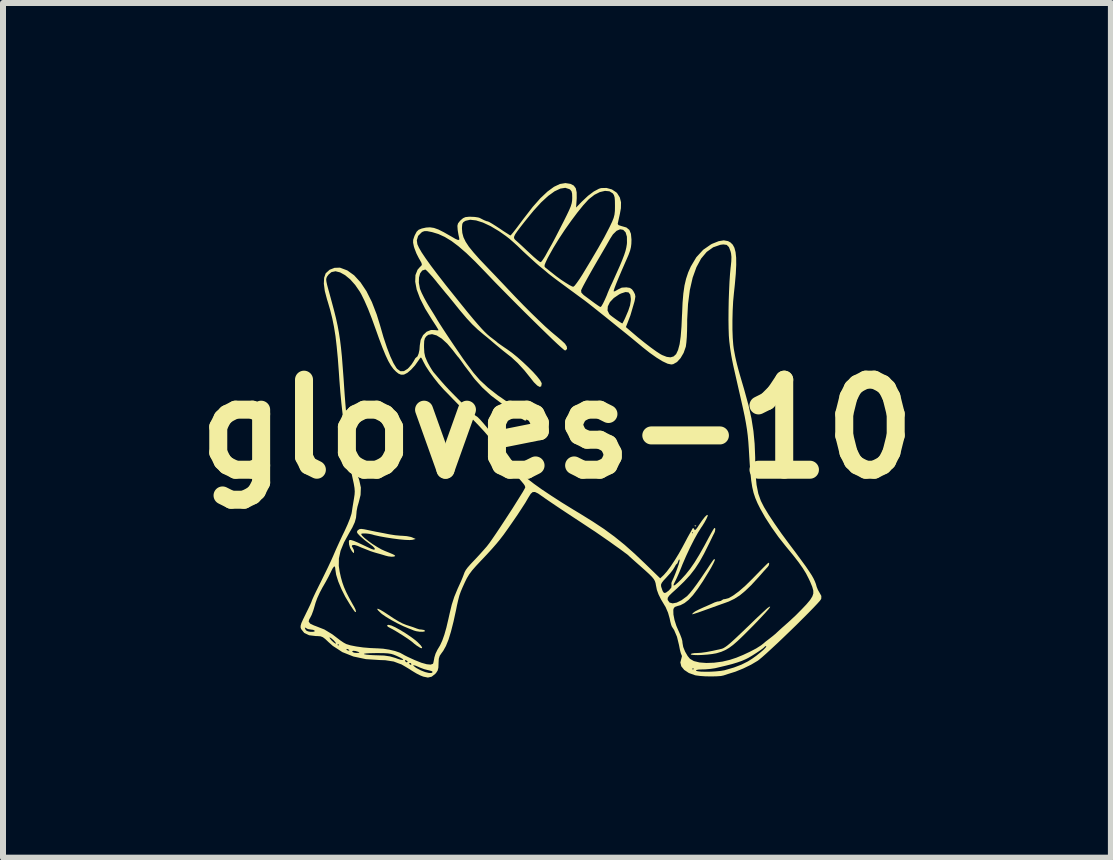
<source format=kicad_pcb>
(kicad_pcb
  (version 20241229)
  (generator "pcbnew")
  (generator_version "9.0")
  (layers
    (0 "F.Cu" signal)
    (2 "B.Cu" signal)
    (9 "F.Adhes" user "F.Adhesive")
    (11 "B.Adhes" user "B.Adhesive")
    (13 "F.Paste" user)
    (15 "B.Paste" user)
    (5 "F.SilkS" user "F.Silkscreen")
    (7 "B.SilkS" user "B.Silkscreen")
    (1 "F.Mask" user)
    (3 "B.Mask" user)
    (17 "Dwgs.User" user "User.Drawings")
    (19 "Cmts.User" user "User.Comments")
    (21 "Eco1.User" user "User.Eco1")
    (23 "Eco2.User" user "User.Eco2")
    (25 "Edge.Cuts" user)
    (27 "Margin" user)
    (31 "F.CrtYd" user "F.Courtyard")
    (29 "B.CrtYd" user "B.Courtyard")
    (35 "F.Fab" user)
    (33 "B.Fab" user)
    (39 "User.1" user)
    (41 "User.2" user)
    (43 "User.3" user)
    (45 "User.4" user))
  (footprint "gloves-10"
    (layer "F.Cu")
    (at 6.229 4.097)
    (property "Reference" "gloves-10" (at 0 0 0) (layer "F.SilkS") (effects (font (size 1.5 1.5) (thickness 0.3))))
    (attr board_only exclude_from_pos_files exclude_from_bom)
    (fp_poly (pts (xy 2.319 1.609) (xy 2.316 1.62) (xy 2.306 1.622) (xy 2.289 1.615) (xy 2.293 1.609) (xy 2.316 1.606)) (stroke (width 0) (type solid)) (fill yes) (layer "F.SilkS"))
    (fp_poly (pts (xy -2.759 3.274) (xy -2.693 3.304) (xy -2.611 3.349) (xy -2.523 3.403) (xy -2.437 3.461) (xy -2.359 3.519) (xy -2.323 3.55) (xy -2.271 3.603) (xy -2.247 3.638) (xy -2.25 3.653) (xy -2.279 3.645) (xy -2.334 3.61) (xy -2.335 3.61) (xy -2.376 3.579) (xy -2.401 3.557) (xy -2.403 3.555) (xy -2.428 3.535) (xy -2.477 3.5) (xy -2.541 3.457) (xy -2.612 3.412) (xy -2.68 3.37) (xy -2.737 3.337) (xy -2.77 3.32) (xy -2.816 3.295) (xy -2.832 3.275) (xy -2.816 3.264) (xy -2.803 3.263)) (stroke (width 0) (type solid)) (fill yes) (layer "F.SilkS"))
    (fp_poly (pts (xy -2.944 3.012) (xy -2.88 3.05) (xy -2.825 3.086) (xy -2.721 3.155) (xy -2.64 3.204) (xy -2.573 3.239) (xy -2.512 3.264) (xy -2.462 3.28) (xy -2.401 3.3) (xy -2.352 3.318) (xy -2.34 3.323) (xy -2.293 3.338) (xy -2.258 3.341) (xy -2.217 3.348) (xy -2.198 3.361) (xy -2.206 3.373) (xy -2.24 3.378) (xy -2.289 3.377) (xy -2.342 3.369) (xy -2.384 3.357) (xy -2.437 3.335) (xy -2.472 3.322) (xy -2.56 3.285) (xy -2.659 3.237) (xy -2.759 3.183) (xy -2.847 3.13) (xy -2.915 3.083) (xy -2.933 3.068) (xy -2.98 3.022) (xy -2.996 2.998) (xy -2.984 2.994)) (stroke (width 0) (type solid)) (fill yes) (layer "F.SilkS"))
    (fp_poly (pts (xy 3.551 2.965) (xy 3.526 3) (xy 3.473 3.06) (xy 3.393 3.146) (xy 3.286 3.258) (xy 3.221 3.324) (xy 3.106 3.439) (xy 3.012 3.529) (xy 2.934 3.597) (xy 2.866 3.647) (xy 2.802 3.684) (xy 2.737 3.712) (xy 2.667 3.733) (xy 2.647 3.738) (xy 2.584 3.749) (xy 2.507 3.758) (xy 2.425 3.764) (xy 2.347 3.767) (xy 2.282 3.765) (xy 2.239 3.76) (xy 2.227 3.753) (xy 2.245 3.74) (xy 2.293 3.733) (xy 2.33 3.732) (xy 2.4 3.728) (xy 2.487 3.716) (xy 2.597 3.695) (xy 2.738 3.663) (xy 2.75 3.66) (xy 2.776 3.649) (xy 2.811 3.627) (xy 2.858 3.591) (xy 2.92 3.537) (xy 3 3.463) (xy 3.101 3.367) (xy 3.226 3.247) (xy 3.309 3.166) (xy 3.386 3.094) (xy 3.45 3.034) (xy 3.496 2.992) (xy 3.517 2.975) (xy 3.548 2.957)) (stroke (width 0) (type solid)) (fill yes) (layer "F.SilkS"))
    (fp_poly (pts (xy 3.536 2.241) (xy 3.529 2.271) (xy 3.512 2.296) (xy 3.489 2.321) (xy 3.447 2.367) (xy 3.393 2.429) (xy 3.351 2.476) (xy 3.236 2.601) (xy 3.135 2.698) (xy 3.044 2.773) (xy 2.954 2.83) (xy 2.86 2.875) (xy 2.794 2.899) (xy 2.734 2.92) (xy 2.653 2.949) (xy 2.565 2.981) (xy 2.54 2.99) (xy 2.437 3.027) (xy 2.35 3.058) (xy 2.287 3.078) (xy 2.253 3.087) (xy 2.251 3.087) (xy 2.257 3.076) (xy 2.27 3.062) (xy 2.301 3.039) (xy 2.357 3.01) (xy 2.442 2.971) (xy 2.516 2.939) (xy 2.572 2.914) (xy 2.617 2.893) (xy 2.623 2.89) (xy 2.672 2.874) (xy 2.695 2.872) (xy 2.732 2.863) (xy 2.745 2.853) (xy 2.772 2.837) (xy 2.802 2.833) (xy 2.859 2.818) (xy 2.936 2.774) (xy 3.031 2.704) (xy 3.139 2.61) (xy 3.257 2.494) (xy 3.295 2.455) (xy 3.369 2.379) (xy 3.434 2.313) (xy 3.484 2.263) (xy 3.516 2.233) (xy 3.524 2.227)) (stroke (width 0) (type solid)) (fill yes) (layer "F.SilkS"))
    (fp_poly (pts (xy -3.215 1.67) (xy -3.171 1.679) (xy -3.09 1.696) (xy -3.008 1.713) (xy -2.97 1.72) (xy -2.896 1.734) (xy -2.811 1.751) (xy -2.778 1.757) (xy -2.694 1.77) (xy -2.604 1.778) (xy -2.573 1.779) (xy -2.501 1.785) (xy -2.435 1.798) (xy -2.413 1.806) (xy -2.354 1.832) (xy -2.411 1.847) (xy -2.457 1.85) (xy -2.532 1.847) (xy -2.629 1.838) (xy -2.736 1.824) (xy -2.847 1.807) (xy -2.952 1.788) (xy -3.042 1.768) (xy -3.079 1.757) (xy -3.131 1.746) (xy -3.187 1.74) (xy -3.235 1.74) (xy -3.261 1.746) (xy -3.263 1.75) (xy -3.247 1.776) (xy -3.205 1.817) (xy -3.144 1.865) (xy -3.072 1.917) (xy -2.996 1.965) (xy -2.924 2.006) (xy -2.869 2.031) (xy -2.787 2.064) (xy -2.735 2.086) (xy -2.707 2.101) (xy -2.697 2.112) (xy -2.696 2.115) (xy -2.713 2.125) (xy -2.755 2.128) (xy -2.809 2.122) (xy -2.853 2.111) (xy -2.902 2.096) (xy -2.967 2.077) (xy -2.989 2.071) (xy -3.055 2.052) (xy -3.112 2.033) (xy -3.126 2.027) (xy -3.179 2.006) (xy -3.214 1.992) (xy -3.258 1.975) (xy -3.315 1.95) (xy -3.322 1.947) (xy -3.372 1.932) (xy -3.408 1.934) (xy -3.419 1.952) (xy -3.404 1.977) (xy -3.384 2.016) (xy -3.381 2.041) (xy -3.383 2.066) (xy -3.394 2.062) (xy -3.418 2.033) (xy -3.447 1.981) (xy -3.464 1.922) (xy -3.467 1.872) (xy -3.458 1.849) (xy -3.434 1.849) (xy -3.384 1.864) (xy -3.317 1.892) (xy -3.289 1.905) (xy -3.213 1.941) (xy -3.147 1.972) (xy -3.1 1.994) (xy -3.092 1.998) (xy -3.054 2.01) (xy -3.036 2.007) (xy -3.037 1.987) (xy -3.068 1.954) (xy -3.132 1.905) (xy -3.146 1.895) (xy -3.205 1.85) (xy -3.266 1.797) (xy -3.281 1.783) (xy -3.32 1.742) (xy -3.333 1.717) (xy -3.326 1.696) (xy -3.316 1.686) (xy -3.293 1.669) (xy -3.264 1.664)) (stroke (width 0) (type solid)) (fill yes) (layer "F.SilkS"))
    (fp_poly (pts (xy 0.224 -4.084) (xy 0.279 -4.056) (xy 0.313 -4.011) (xy 0.328 -3.943) (xy 0.329 -3.846) (xy 0.328 -3.829) (xy 0.318 -3.689) (xy 0.414 -3.788) (xy 0.516 -3.884) (xy 0.613 -3.957) (xy 0.7 -4.003) (xy 0.736 -4.014) (xy 0.825 -4.016) (xy 0.915 -3.991) (xy 0.989 -3.942) (xy 1.004 -3.926) (xy 1.047 -3.857) (xy 1.067 -3.777) (xy 1.065 -3.678) (xy 1.048 -3.584) (xy 1.032 -3.512) (xy 1.019 -3.452) (xy 1.012 -3.419) (xy 1.011 -3.417) (xy 1.025 -3.397) (xy 1.07 -3.382) (xy 1.081 -3.379) (xy 1.157 -3.357) (xy 1.206 -3.316) (xy 1.232 -3.252) (xy 1.241 -3.157) (xy 1.241 -3.15) (xy 1.239 -3.085) (xy 1.232 -3.029) (xy 1.218 -2.972) (xy 1.193 -2.903) (xy 1.154 -2.813) (xy 1.141 -2.784) (xy 1.079 -2.642) (xy 1.027 -2.519) (xy 0.986 -2.42) (xy 0.958 -2.346) (xy 0.945 -2.303) (xy 0.945 -2.292) (xy 0.966 -2.295) (xy 1.004 -2.317) (xy 1.015 -2.324) (xy 1.079 -2.355) (xy 1.156 -2.36) (xy 1.214 -2.351) (xy 1.25 -2.327) (xy 1.277 -2.289) (xy 1.299 -2.245) (xy 1.306 -2.207) (xy 1.298 -2.156) (xy 1.291 -2.123) (xy 1.223 -1.892) (xy 1.181 -1.782) (xy 1.148 -1.698) (xy 1.232 -1.626) (xy 1.346 -1.529) (xy 1.459 -1.438) (xy 1.563 -1.358) (xy 1.653 -1.293) (xy 1.724 -1.247) (xy 1.754 -1.231) (xy 1.828 -1.202) (xy 1.891 -1.194) (xy 1.943 -1.209) (xy 1.985 -1.248) (xy 2.017 -1.316) (xy 2.043 -1.413) (xy 2.061 -1.542) (xy 2.074 -1.705) (xy 2.083 -1.905) (xy 2.084 -1.915) (xy 2.092 -2.102) (xy 2.105 -2.257) (xy 2.124 -2.389) (xy 2.151 -2.504) (xy 2.186 -2.609) (xy 2.229 -2.706) (xy 2.321 -2.861) (xy 2.435 -2.985) (xy 2.566 -3.076) (xy 2.588 -3.087) (xy 2.694 -3.129) (xy 2.779 -3.143) (xy 2.85 -3.13) (xy 2.89 -3.108) (xy 2.928 -3.071) (xy 2.956 -3.019) (xy 2.975 -2.947) (xy 2.985 -2.854) (xy 2.986 -2.735) (xy 2.979 -2.587) (xy 2.963 -2.406) (xy 2.948 -2.266) (xy 2.935 -2.127) (xy 2.927 -1.973) (xy 2.923 -1.814) (xy 2.923 -1.659) (xy 2.928 -1.518) (xy 2.937 -1.4) (xy 2.945 -1.338) (xy 2.958 -1.267) (xy 2.97 -1.204) (xy 2.983 -1.145) (xy 2.998 -1.082) (xy 3.017 -1.009) (xy 3.042 -0.919) (xy 3.075 -0.806) (xy 3.117 -0.663) (xy 3.125 -0.635) (xy 3.191 -0.393) (xy 3.24 -0.174) (xy 3.273 0.036) (xy 3.293 0.247) (xy 3.302 0.473) (xy 3.302 0.546) (xy 3.308 0.755) (xy 3.325 0.931) (xy 3.354 1.077) (xy 3.397 1.198) (xy 3.399 1.202) (xy 3.45 1.302) (xy 3.526 1.427) (xy 3.624 1.575) (xy 3.741 1.743) (xy 3.868 1.915) (xy 3.981 2.065) (xy 4.072 2.189) (xy 4.145 2.289) (xy 4.201 2.371) (xy 4.244 2.437) (xy 4.275 2.492) (xy 4.297 2.54) (xy 4.314 2.584) (xy 4.326 2.628) (xy 4.348 2.682) (xy 4.378 2.734) (xy 4.404 2.781) (xy 4.403 2.824) (xy 4.399 2.835) (xy 4.38 2.862) (xy 4.336 2.911) (xy 4.272 2.979) (xy 4.191 3.062) (xy 4.097 3.156) (xy 3.995 3.258) (xy 3.887 3.363) (xy 3.779 3.467) (xy 3.674 3.567) (xy 3.576 3.658) (xy 3.489 3.738) (xy 3.418 3.801) (xy 3.365 3.845) (xy 3.347 3.859) (xy 3.234 3.926) (xy 3.103 3.99) (xy 2.972 4.043) (xy 2.911 4.062) (xy 2.847 4.082) (xy 2.792 4.1) (xy 2.778 4.105) (xy 2.731 4.115) (xy 2.657 4.12) (xy 2.566 4.122) (xy 2.471 4.12) (xy 2.383 4.114) (xy 2.314 4.105) (xy 2.3 4.102) (xy 2.197 4.065) (xy 2.137 4.025) (xy 2.315 4.025) (xy 2.341 4.035) (xy 2.396 4.042) (xy 2.471 4.044) (xy 2.558 4.043) (xy 2.646 4.038) (xy 2.728 4.03) (xy 2.792 4.019) (xy 2.798 4.017) (xy 2.949 3.973) (xy 3.072 3.926) (xy 3.178 3.873) (xy 3.191 3.865) (xy 3.254 3.825) (xy 3.321 3.777) (xy 3.384 3.726) (xy 3.438 3.68) (xy 3.475 3.642) (xy 3.488 3.62) (xy 3.487 3.618) (xy 3.468 3.619) (xy 3.462 3.626) (xy 3.437 3.65) (xy 3.388 3.686) (xy 3.324 3.729) (xy 3.255 3.773) (xy 3.191 3.811) (xy 3.146 3.834) (xy 3.079 3.863) (xy 3.005 3.889) (xy 2.917 3.916) (xy 2.807 3.944) (xy 2.668 3.977) (xy 2.634 3.985) (xy 2.561 3.996) (xy 2.473 4.004) (xy 2.423 4.005) (xy 2.355 4.008) (xy 2.319 4.016) (xy 2.315 4.025) (xy 2.137 4.025) (xy 2.12 4.014) (xy 2.102 3.992) (xy 2.253 3.992) (xy 2.256 4.004) (xy 2.266 4.005) (xy 2.283 3.998) (xy 2.279 3.992) (xy 2.256 3.99) (xy 2.253 3.992) (xy 2.102 3.992) (xy 2.071 3.954) (xy 2.055 3.889) (xy 2.071 3.829) (xy 2.082 3.783) (xy 2.075 3.765) (xy 2.063 3.735) (xy 2.048 3.678) (xy 2.034 3.606) (xy 2.032 3.596) (xy 1.999 3.461) (xy 1.951 3.348) (xy 1.914 3.292) (xy 1.903 3.264) (xy 1.888 3.209) (xy 1.877 3.155) (xy 1.85 3.06) (xy 1.809 2.965) (xy 1.794 2.941) (xy 1.732 2.837) (xy 1.691 2.754) (xy 1.664 2.679) (xy 1.65 2.61) (xy 1.647 2.594) (xy 1.733 2.594) (xy 1.735 2.624) (xy 1.739 2.637) (xy 1.761 2.701) (xy 1.783 2.731) (xy 1.814 2.727) (xy 1.859 2.694) (xy 1.866 2.688) (xy 1.904 2.643) (xy 1.908 2.609) (xy 1.906 2.566) (xy 1.913 2.544) (xy 1.943 2.479) (xy 1.974 2.403) (xy 2.003 2.326) (xy 2.027 2.256) (xy 2.041 2.203) (xy 2.044 2.175) (xy 2.044 2.174) (xy 2.03 2.179) (xy 2.019 2.204) (xy 2.006 2.238) (xy 1.995 2.247) (xy 1.98 2.263) (xy 1.959 2.301) (xy 1.958 2.302) (xy 1.933 2.343) (xy 1.889 2.4) (xy 1.834 2.461) (xy 1.828 2.468) (xy 1.775 2.525) (xy 1.745 2.564) (xy 1.733 2.594) (xy 1.647 2.594) (xy 1.643 2.57) (xy 1.632 2.535) (xy 1.613 2.501) (xy 1.582 2.463) (xy 1.535 2.416) (xy 1.466 2.353) (xy 1.373 2.27) (xy 1.368 2.266) (xy 1.301 2.207) (xy 1.245 2.157) (xy 1.206 2.122) (xy 1.192 2.108) (xy 1.171 2.09) (xy 1.123 2.055) (xy 1.056 2.005) (xy 0.974 1.947) (xy 0.885 1.883) (xy 0.793 1.819) (xy 0.705 1.758) (xy 0.628 1.705) (xy 0.586 1.678) (xy 0.411 1.562) (xy 0.265 1.466) (xy 0.145 1.387) (xy 0.047 1.322) (xy -0.032 1.269) (xy -0.097 1.225) (xy -0.15 1.189) (xy -0.195 1.158) (xy -0.235 1.129) (xy -0.242 1.125) (xy -0.315 1.074) (xy -0.367 1.049) (xy -0.405 1.051) (xy -0.437 1.079) (xy -0.473 1.136) (xy -0.483 1.153) (xy -0.526 1.227) (xy -0.588 1.323) (xy -0.66 1.433) (xy -0.739 1.548) (xy -0.817 1.66) (xy -0.889 1.761) (xy -0.95 1.84) (xy -0.952 1.843) (xy -1.008 1.911) (xy -1.083 1.997) (xy -1.167 2.089) (xy -1.251 2.178) (xy -1.261 2.188) (xy -1.348 2.281) (xy -1.413 2.355) (xy -1.462 2.421) (xy -1.502 2.487) (xy -1.533 2.55) (xy -1.573 2.638) (xy -1.603 2.709) (xy -1.626 2.774) (xy -1.645 2.847) (xy -1.666 2.938) (xy -1.68 3.009) (xy -1.724 3.21) (xy -1.766 3.375) (xy -1.807 3.509) (xy -1.85 3.615) (xy -1.895 3.696) (xy -1.924 3.735) (xy -1.954 3.779) (xy -1.969 3.828) (xy -1.973 3.899) (xy -1.973 3.907) (xy -1.976 3.977) (xy -1.988 4.024) (xy -2.014 4.064) (xy -2.03 4.081) (xy -2.087 4.126) (xy -2.15 4.141) (xy -2.228 4.125) (xy -2.278 4.105) (xy -2.341 4.073) (xy -2.414 4.029) (xy -2.46 3.999) (xy -2.552 3.944) (xy -2.392 3.944) (xy -2.359 3.97) (xy -2.34 3.983) (xy -2.268 4.021) (xy -2.197 4.049) (xy -2.135 4.064) (xy -2.091 4.065) (xy -2.071 4.05) (xy -2.071 4.047) (xy -2.088 4.033) (xy -2.131 4.021) (xy -2.144 4.018) (xy -2.209 4.002) (xy -2.282 3.975) (xy -2.303 3.965) (xy -2.361 3.941) (xy -2.392 3.934) (xy -2.392 3.944) (xy -2.552 3.944) (xy -2.59 3.922) (xy -2.632 3.907) (xy -2.462 3.907) (xy -2.448 3.926) (xy -2.442 3.927) (xy -2.423 3.921) (xy -2.423 3.919) (xy -2.436 3.902) (xy -2.442 3.898) (xy -2.46 3.899) (xy -2.462 3.907) (xy -2.632 3.907) (xy -2.719 3.874) (xy -2.803 3.861) (xy -2.533 3.861) (xy -2.53 3.869) (xy -2.504 3.887) (xy -2.499 3.888) (xy -2.488 3.876) (xy -2.491 3.869) (xy -2.517 3.85) (xy -2.523 3.849) (xy -2.533 3.861) (xy -2.803 3.861) (xy -2.861 3.852) (xy -2.95 3.849) (xy -3.184 3.834) (xy -3.392 3.79) (xy -3.505 3.745) (xy -3.216 3.745) (xy -3.214 3.751) (xy -3.177 3.759) (xy -3.113 3.765) (xy -3.033 3.769) (xy -3.001 3.77) (xy -2.881 3.774) (xy -2.784 3.788) (xy -2.693 3.814) (xy -2.647 3.831) (xy -2.6 3.845) (xy -2.567 3.847) (xy -2.56 3.84) (xy -2.576 3.828) (xy -2.618 3.805) (xy -2.668 3.781) (xy -2.718 3.76) (xy -2.764 3.746) (xy -2.817 3.738) (xy -2.886 3.734) (xy -2.981 3.733) (xy -3.014 3.733) (xy -3.116 3.735) (xy -3.184 3.739) (xy -3.216 3.745) (xy -3.505 3.745) (xy -3.576 3.717) (xy -3.594 3.705) (xy -3.412 3.705) (xy -3.409 3.712) (xy -3.383 3.726) (xy -3.337 3.731) (xy -3.335 3.73) (xy -3.296 3.728) (xy -3.293 3.721) (xy -3.312 3.712) (xy -3.359 3.698) (xy -3.396 3.695) (xy -3.412 3.705) (xy -3.594 3.705) (xy -3.656 3.664) (xy -3.509 3.664) (xy -3.507 3.673) (xy -3.486 3.69) (xy -3.464 3.692) (xy -3.458 3.685) (xy -3.474 3.673) (xy -3.489 3.666) (xy -3.509 3.664) (xy -3.656 3.664) (xy -3.735 3.613) (xy -3.755 3.595) (xy -3.654 3.595) (xy -3.647 3.611) (xy -3.641 3.608) (xy -3.638 3.585) (xy -3.641 3.582) (xy -3.652 3.585) (xy -3.654 3.595) (xy -3.755 3.595) (xy -3.805 3.551) (xy -3.86 3.499) (xy -3.897 3.471) (xy -3.789 3.471) (xy -3.784 3.488) (xy -3.759 3.519) (xy -3.726 3.55) (xy -3.696 3.572) (xy -3.684 3.576) (xy -3.684 3.564) (xy -3.707 3.535) (xy -3.722 3.519) (xy -3.76 3.486) (xy -3.785 3.471) (xy -3.789 3.471) (xy -3.897 3.471) (xy -3.9 3.469) (xy -3.938 3.454) (xy -3.988 3.45) (xy -4.021 3.449) (xy -4.13 3.436) (xy -4.211 3.397) (xy -4.262 3.333) (xy -4.264 3.329) (xy -4.269 3.314) (xy -4.201 3.314) (xy -4.188 3.343) (xy -4.177 3.357) (xy -4.149 3.371) (xy -4.107 3.379) (xy -4.065 3.379) (xy -4.038 3.372) (xy -4.035 3.361) (xy -4.061 3.346) (xy -4.1 3.341) (xy -4.149 3.333) (xy -4.177 3.318) (xy -4.197 3.307) (xy -4.201 3.314) (xy -4.269 3.314) (xy -4.272 3.304) (xy -4.27 3.274) (xy -4.258 3.233) (xy -4.246 3.207) (xy -4.137 3.207) (xy -4.112 3.242) (xy -4.048 3.273) (xy -4.02 3.283) (xy -3.875 3.34) (xy -3.743 3.42) (xy -3.675 3.472) (xy -3.612 3.52) (xy -3.551 3.561) (xy -3.509 3.583) (xy -3.44 3.604) (xy -3.343 3.623) (xy -3.23 3.639) (xy -3.111 3.649) (xy -2.998 3.654) (xy -2.992 3.654) (xy -2.896 3.66) (xy -2.794 3.676) (xy -2.697 3.699) (xy -2.616 3.727) (xy -2.565 3.755) (xy -2.537 3.771) (xy -2.483 3.798) (xy -2.411 3.831) (xy -2.369 3.85) (xy -2.259 3.894) (xy -2.169 3.919) (xy -2.104 3.925) (xy -2.068 3.912) (xy -2.062 3.903) (xy -2.054 3.868) (xy -2.044 3.815) (xy -2.043 3.807) (xy -2.023 3.742) (xy -1.991 3.676) (xy -1.987 3.67) (xy -1.947 3.603) (xy -1.911 3.525) (xy -1.877 3.429) (xy -1.843 3.31) (xy -1.808 3.161) (xy -1.788 3.072) (xy -1.753 2.926) (xy -1.711 2.796) (xy -1.655 2.66) (xy -1.631 2.608) (xy -1.598 2.535) (xy -1.571 2.47) (xy -1.554 2.426) (xy -1.553 2.423) (xy -1.539 2.386) (xy -1.519 2.349) (xy -1.488 2.307) (xy -1.439 2.251) (xy -1.368 2.176) (xy -1.364 2.172) (xy -1.296 2.099) (xy -1.227 2.022) (xy -1.169 1.956) (xy -1.159 1.943) (xy -1.125 1.899) (xy -1.078 1.832) (xy -1.019 1.746) (xy -0.952 1.646) (xy -0.881 1.538) (xy -0.808 1.426) (xy -0.737 1.317) (xy -0.672 1.213) (xy -0.615 1.122) (xy -0.569 1.048) (xy -0.539 0.995) (xy -0.528 0.97) (xy -0.528 0.969) (xy -0.54 0.937) (xy -0.562 0.907) (xy -0.639 0.817) (xy -0.722 0.71) (xy -0.814 0.583) (xy -0.92 0.428) (xy -0.938 0.401) (xy -1.007 0.3) (xy -1.071 0.211) (xy -1.139 0.126) (xy -1.214 0.039) (xy -1.305 -0.059) (xy -1.416 -0.174) (xy -1.446 -0.205) (xy -1.547 -0.308) (xy -1.645 -0.409) (xy -1.737 -0.503) (xy -1.815 -0.584) (xy -1.875 -0.645) (xy -1.893 -0.664) (xy -1.972 -0.753) (xy -2.051 -0.853) (xy -2.125 -0.954) (xy -2.186 -1.047) (xy -2.227 -1.123) (xy -2.229 -1.128) (xy -2.25 -1.17) (xy -2.265 -1.191) (xy -2.267 -1.192) (xy -2.283 -1.177) (xy -2.308 -1.141) (xy -2.31 -1.138) (xy -2.366 -1.059) (xy -2.43 -0.989) (xy -2.492 -0.936) (xy -2.546 -0.908) (xy -2.552 -0.906) (xy -2.598 -0.905) (xy -2.641 -0.923) (xy -2.681 -0.955) (xy -2.725 -1) (xy -2.768 -1.059) (xy -2.811 -1.134) (xy -2.857 -1.232) (xy -2.908 -1.356) (xy -2.966 -1.51) (xy -3.009 -1.631) (xy -3.082 -1.833) (xy -3.147 -2) (xy -3.207 -2.137) (xy -3.262 -2.248) (xy -3.287 -2.291) (xy -3.362 -2.4) (xy -3.444 -2.492) (xy -3.53 -2.563) (xy -3.613 -2.609) (xy -3.689 -2.628) (xy -3.753 -2.615) (xy -3.762 -2.61) (xy -3.806 -2.572) (xy -3.831 -2.538) (xy -3.841 -2.515) (xy -3.845 -2.489) (xy -3.841 -2.454) (xy -3.829 -2.399) (xy -3.807 -2.317) (xy -3.802 -2.301) (xy -3.755 -2.128) (xy -3.715 -1.979) (xy -3.682 -1.847) (xy -3.655 -1.724) (xy -3.633 -1.605) (xy -3.614 -1.483) (xy -3.598 -1.352) (xy -3.583 -1.205) (xy -3.57 -1.036) (xy -3.555 -0.838) (xy -3.546 -0.703) (xy -3.535 -0.546) (xy -3.525 -0.419) (xy -3.516 -0.313) (xy -3.506 -0.219) (xy -3.495 -0.128) (xy -3.481 -0.032) (xy -3.464 0.079) (xy -3.461 0.098) (xy -3.446 0.192) (xy -3.43 0.295) (xy -3.421 0.352) (xy -3.398 0.473) (xy -3.365 0.611) (xy -3.328 0.747) (xy -3.293 0.857) (xy -3.267 0.975) (xy -3.272 1.099) (xy -3.302 1.219) (xy -3.324 1.295) (xy -3.338 1.367) (xy -3.341 1.407) (xy -3.348 1.479) (xy -3.369 1.554) (xy -3.409 1.641) (xy -3.464 1.736) (xy -3.549 1.891) (xy -3.605 2.028) (xy -3.633 2.156) (xy -3.635 2.28) (xy -3.622 2.369) (xy -3.6 2.47) (xy -3.576 2.555) (xy -3.548 2.634) (xy -3.511 2.718) (xy -3.462 2.814) (xy -3.397 2.932) (xy -3.382 2.957) (xy -3.358 3.005) (xy -3.349 3.038) (xy -3.35 3.044) (xy -3.356 3.05) (xy -3.363 3.048) (xy -3.376 3.033) (xy -3.4 2.999) (xy -3.439 2.94) (xy -3.451 2.921) (xy -3.527 2.795) (xy -3.592 2.665) (xy -3.644 2.54) (xy -3.679 2.427) (xy -3.693 2.336) (xy -3.693 2.328) (xy -3.699 2.292) (xy -3.715 2.292) (xy -3.741 2.328) (xy -3.771 2.389) (xy -3.804 2.456) (xy -3.849 2.54) (xy -3.897 2.624) (xy -3.905 2.637) (xy -3.951 2.724) (xy -3.994 2.818) (xy -4.024 2.901) (xy -4.026 2.91) (xy -4.058 3.019) (xy -4.087 3.097) (xy -4.117 3.155) (xy -4.126 3.168) (xy -4.137 3.207) (xy -4.246 3.207) (xy -4.231 3.173) (xy -4.188 3.086) (xy -4.185 3.079) (xy -4.145 2.998) (xy -4.112 2.929) (xy -4.091 2.881) (xy -4.084 2.86) (xy -4.075 2.838) (xy -4.052 2.787) (xy -4.017 2.713) (xy -3.972 2.622) (xy -3.931 2.54) (xy -3.875 2.426) (xy -3.819 2.311) (xy -3.769 2.205) (xy -3.73 2.118) (xy -3.714 2.081) (xy -3.678 1.998) (xy -3.631 1.895) (xy -3.58 1.785) (xy -3.539 1.701) (xy -3.49 1.593) (xy -3.45 1.494) (xy -3.424 1.414) (xy -3.417 1.378) (xy -3.406 1.303) (xy -3.391 1.213) (xy -3.381 1.153) (xy -3.372 1.092) (xy -3.369 1.04) (xy -3.373 0.983) (xy -3.385 0.912) (xy -3.406 0.815) (xy -3.407 0.811) (xy -3.43 0.703) (xy -3.452 0.59) (xy -3.47 0.487) (xy -3.477 0.44) (xy -3.491 0.343) (xy -3.505 0.241) (xy -3.517 0.156) (xy -3.547 -0.062) (xy -3.572 -0.254) (xy -3.592 -0.433) (xy -3.609 -0.612) (xy -3.624 -0.802) (xy -3.634 -0.948) (xy -3.651 -1.177) (xy -3.67 -1.375) (xy -3.69 -1.547) (xy -3.715 -1.702) (xy -3.744 -1.845) (xy -3.779 -1.985) (xy -3.821 -2.128) (xy -3.831 -2.159) (xy -3.868 -2.299) (xy -3.884 -2.421) (xy -3.879 -2.52) (xy -3.854 -2.592) (xy -3.85 -2.597) (xy -3.788 -2.653) (xy -3.706 -2.685) (xy -3.619 -2.688) (xy -3.61 -2.686) (xy -3.493 -2.642) (xy -3.38 -2.561) (xy -3.274 -2.445) (xy -3.174 -2.296) (xy -3.084 -2.116) (xy -3.003 -1.907) (xy -2.948 -1.729) (xy -2.891 -1.531) (xy -2.833 -1.357) (xy -2.777 -1.211) (xy -2.724 -1.097) (xy -2.675 -1.017) (xy -2.662 -1.001) (xy -2.609 -0.963) (xy -2.55 -0.964) (xy -2.488 -1.003) (xy -2.465 -1.026) (xy -2.421 -1.078) (xy -2.388 -1.129) (xy -2.38 -1.143) (xy -2.36 -1.179) (xy -2.345 -1.192) (xy -2.324 -1.21) (xy -2.305 -1.256) (xy -2.291 -1.32) (xy -2.286 -1.39) (xy -2.271 -1.485) (xy -2.231 -1.564) (xy -2.171 -1.621) (xy -2.098 -1.65) (xy -2.033 -1.648) (xy -1.992 -1.643) (xy -1.973 -1.647) (xy -1.973 -1.647) (xy -1.984 -1.667) (xy -2.011 -1.712) (xy -2.051 -1.774) (xy -2.082 -1.821) (xy -2.196 -2.005) (xy -2.281 -2.173) (xy -2.337 -2.323) (xy -2.362 -2.454) (xy -2.358 -2.564) (xy -2.323 -2.653) (xy -2.283 -2.699) (xy -2.259 -2.721) (xy -2.251 -2.74) (xy -2.258 -2.768) (xy -2.283 -2.814) (xy -2.303 -2.848) (xy -2.341 -2.923) (xy -2.373 -3.006) (xy -2.384 -3.04) (xy -2.397 -3.104) (xy -2.396 -3.144) (xy -2.335 -3.144) (xy -2.326 -3.079) (xy -2.3 -3.021) (xy -2.255 -2.943) (xy -2.188 -2.843) (xy -2.1 -2.72) (xy -1.988 -2.572) (xy -1.853 -2.398) (xy -1.716 -2.227) (xy -1.588 -2.068) (xy -1.482 -1.937) (xy -1.393 -1.83) (xy -1.319 -1.744) (xy -1.258 -1.675) (xy -1.206 -1.62) (xy -1.16 -1.576) (xy -1.117 -1.539) (xy -1.084 -1.514) (xy -1.037 -1.478) (xy -1.004 -1.452) (xy -0.996 -1.444) (xy -0.977 -1.429) (xy -0.933 -1.398) (xy -0.871 -1.355) (xy -0.832 -1.329) (xy -0.749 -1.269) (xy -0.659 -1.196) (xy -0.568 -1.115) (xy -0.479 -1.031) (xy -0.398 -0.95) (xy -0.331 -0.875) (xy -0.282 -0.813) (xy -0.257 -0.768) (xy -0.254 -0.756) (xy -0.263 -0.711) (xy -0.288 -0.701) (xy -0.329 -0.724) (xy -0.385 -0.779) (xy -0.437 -0.845) (xy -0.543 -0.977) (xy -0.654 -1.098) (xy -0.761 -1.197) (xy -0.801 -1.228) (xy -0.841 -1.259) (xy -0.898 -1.304) (xy -0.961 -1.356) (xy -1.024 -1.408) (xy -1.076 -1.452) (xy -1.109 -1.481) (xy -1.114 -1.485) (xy -1.133 -1.501) (xy -1.174 -1.535) (xy -1.221 -1.573) (xy -1.319 -1.656) (xy -1.413 -1.745) (xy -1.508 -1.848) (xy -1.614 -1.973) (xy -1.662 -2.032) (xy -1.723 -2.108) (xy -1.776 -2.173) (xy -1.815 -2.221) (xy -1.836 -2.245) (xy -1.837 -2.247) (xy -1.853 -2.265) (xy -1.888 -2.308) (xy -1.938 -2.369) (xy -1.998 -2.442) (xy -2.009 -2.457) (xy -2.071 -2.532) (xy -2.126 -2.593) (xy -2.168 -2.637) (xy -2.193 -2.657) (xy -2.195 -2.657) (xy -2.245 -2.64) (xy -2.28 -2.593) (xy -2.299 -2.522) (xy -2.301 -2.437) (xy -2.284 -2.343) (xy -2.279 -2.327) (xy -2.254 -2.267) (xy -2.214 -2.187) (xy -2.167 -2.102) (xy -2.147 -2.068) (xy -2.096 -1.985) (xy -2.045 -1.903) (xy -2.004 -1.835) (xy -1.992 -1.814) (xy -1.955 -1.755) (xy -1.901 -1.671) (xy -1.836 -1.572) (xy -1.764 -1.464) (xy -1.691 -1.356) (xy -1.622 -1.255) (xy -1.563 -1.169) (xy -1.518 -1.107) (xy -1.511 -1.097) (xy -1.462 -1.032) (xy -1.413 -0.966) (xy -1.392 -0.938) (xy -1.285 -0.815) (xy -1.147 -0.687) (xy -0.986 -0.561) (xy -0.917 -0.514) (xy -0.803 -0.434) (xy -0.701 -0.357) (xy -0.616 -0.288) (xy -0.554 -0.229) (xy -0.516 -0.185) (xy -0.508 -0.164) (xy -0.514 -0.143) (xy -0.534 -0.141) (xy -0.573 -0.162) (xy -0.634 -0.206) (xy -0.69 -0.251) (xy -0.772 -0.315) (xy -0.86 -0.381) (xy -0.938 -0.437) (xy -0.951 -0.446) (xy -1.102 -0.56) (xy -1.245 -0.692) (xy -1.369 -0.829) (xy -1.398 -0.866) (xy -1.444 -0.929) (xy -1.484 -0.981) (xy -1.509 -1.014) (xy -1.511 -1.016) (xy -1.537 -1.05) (xy -1.572 -1.1) (xy -1.582 -1.114) (xy -1.614 -1.158) (xy -1.636 -1.187) (xy -1.64 -1.192) (xy -1.657 -1.211) (xy -1.69 -1.253) (xy -1.732 -1.308) (xy -1.733 -1.31) (xy -1.828 -1.422) (xy -1.92 -1.506) (xy -2.005 -1.559) (xy -2.081 -1.58) (xy -2.145 -1.569) (xy -2.18 -1.541) (xy -2.201 -1.51) (xy -2.212 -1.467) (xy -2.215 -1.4) (xy -2.215 -1.361) (xy -2.21 -1.272) (xy -2.195 -1.202) (xy -2.164 -1.129) (xy -2.151 -1.102) (xy -2.114 -1.035) (xy -2.079 -0.978) (xy -2.056 -0.945) (xy -2.028 -0.913) (xy -1.983 -0.86) (xy -1.93 -0.798) (xy -1.915 -0.781) (xy -1.869 -0.729) (xy -1.808 -0.663) (xy -1.735 -0.588) (xy -1.657 -0.509) (xy -1.578 -0.43) (xy -1.503 -0.356) (xy -1.437 -0.293) (xy -1.385 -0.246) (xy -1.353 -0.219) (xy -1.345 -0.215) (xy -1.323 -0.2) (xy -1.282 -0.159) (xy -1.226 -0.096) (xy -1.16 -0.017) (xy -1.087 0.073) (xy -1.011 0.169) (xy -0.937 0.267) (xy -0.869 0.36) (xy -0.837 0.406) (xy -0.767 0.505) (xy -0.694 0.602) (xy -0.626 0.689) (xy -0.569 0.755) (xy -0.551 0.775) (xy -0.482 0.837) (xy -0.382 0.914) (xy -0.253 1.006) (xy -0.097 1.11) (xy 0.081 1.225) (xy 0.279 1.347) (xy 0.379 1.407) (xy 0.595 1.541) (xy 0.786 1.667) (xy 0.959 1.794) (xy 1.125 1.928) (xy 1.294 2.078) (xy 1.47 2.245) (xy 1.72 2.488) (xy 1.78 2.431) (xy 1.83 2.374) (xy 1.893 2.29) (xy 1.961 2.188) (xy 2.029 2.077) (xy 2.086 1.975) (xy 2.131 1.891) (xy 2.176 1.806) (xy 2.218 1.731) (xy 2.219 1.729) (xy 2.247 1.729) (xy 2.257 1.739) (xy 2.266 1.729) (xy 2.257 1.719) (xy 2.247 1.729) (xy 2.219 1.729) (xy 2.25 1.674) (xy 2.262 1.652) (xy 2.276 1.652) (xy 2.286 1.67) (xy 2.296 1.684) (xy 2.314 1.674) (xy 2.343 1.635) (xy 2.361 1.607) (xy 2.418 1.523) (xy 2.464 1.464) (xy 2.497 1.433) (xy 2.512 1.431) (xy 2.509 1.453) (xy 2.489 1.498) (xy 2.457 1.557) (xy 2.418 1.62) (xy 2.403 1.641) (xy 2.348 1.728) (xy 2.285 1.841) (xy 2.218 1.973) (xy 2.152 2.114) (xy 2.091 2.255) (xy 2.071 2.306) (xy 2.037 2.389) (xy 2.003 2.466) (xy 1.976 2.524) (xy 1.969 2.537) (xy 1.944 2.588) (xy 1.944 2.609) (xy 1.967 2.599) (xy 2.015 2.558) (xy 2.067 2.507) (xy 2.144 2.423) (xy 2.218 2.33) (xy 2.292 2.223) (xy 2.37 2.096) (xy 2.457 1.942) (xy 2.529 1.807) (xy 2.566 1.74) (xy 2.597 1.686) (xy 2.617 1.655) (xy 2.62 1.652) (xy 2.634 1.649) (xy 2.637 1.672) (xy 2.631 1.708) (xy 2.62 1.734) (xy 2.603 1.767) (xy 2.575 1.825) (xy 2.541 1.895) (xy 2.531 1.915) (xy 2.45 2.077) (xy 2.375 2.212) (xy 2.299 2.328) (xy 2.216 2.435) (xy 2.119 2.54) (xy 2 2.655) (xy 1.917 2.73) (xy 1.868 2.778) (xy 1.845 2.813) (xy 1.844 2.843) (xy 1.845 2.849) (xy 1.875 2.891) (xy 1.927 2.905) (xy 1.995 2.892) (xy 2.074 2.853) (xy 2.161 2.789) (xy 2.174 2.777) (xy 2.212 2.736) (xy 2.266 2.67) (xy 2.329 2.585) (xy 2.395 2.491) (xy 2.428 2.442) (xy 2.497 2.34) (xy 2.546 2.266) (xy 2.58 2.216) (xy 2.602 2.185) (xy 2.615 2.17) (xy 2.622 2.167) (xy 2.626 2.17) (xy 2.63 2.174) (xy 2.626 2.195) (xy 2.604 2.242) (xy 2.57 2.307) (xy 2.534 2.368) (xy 2.432 2.534) (xy 2.343 2.666) (xy 2.264 2.77) (xy 2.192 2.847) (xy 2.123 2.901) (xy 2.057 2.935) (xy 2.008 2.949) (xy 1.962 2.965) (xy 1.941 2.996) (xy 1.938 3.017) (xy 1.94 3.09) (xy 1.958 3.182) (xy 1.989 3.28) (xy 2.011 3.331) (xy 2.051 3.421) (xy 2.075 3.484) (xy 2.088 3.531) (xy 2.091 3.565) (xy 2.103 3.631) (xy 2.134 3.708) (xy 2.177 3.782) (xy 2.216 3.829) (xy 2.28 3.866) (xy 2.373 3.889) (xy 2.489 3.898) (xy 2.618 3.893) (xy 2.756 3.875) (xy 2.882 3.845) (xy 2.988 3.81) (xy 3.102 3.763) (xy 3.215 3.71) (xy 3.318 3.656) (xy 3.4 3.604) (xy 3.443 3.57) (xy 3.473 3.544) (xy 3.521 3.507) (xy 3.542 3.491) (xy 3.598 3.447) (xy 3.648 3.405) (xy 3.66 3.393) (xy 3.699 3.357) (xy 3.754 3.307) (xy 3.791 3.275) (xy 3.888 3.188) (xy 3.986 3.096) (xy 4.076 3.005) (xy 4.153 2.924) (xy 4.209 2.858) (xy 4.225 2.836) (xy 4.255 2.787) (xy 4.27 2.742) (xy 4.27 2.692) (xy 4.253 2.63) (xy 4.219 2.547) (xy 4.192 2.49) (xy 4.149 2.406) (xy 4.094 2.317) (xy 4.024 2.218) (xy 3.934 2.102) (xy 3.821 1.965) (xy 3.804 1.944) (xy 3.69 1.8) (xy 3.575 1.638) (xy 3.469 1.474) (xy 3.386 1.327) (xy 3.34 1.235) (xy 3.304 1.15) (xy 3.275 1.063) (xy 3.253 0.968) (xy 3.236 0.859) (xy 3.222 0.727) (xy 3.21 0.568) (xy 3.204 0.469) (xy 3.196 0.332) (xy 3.188 0.215) (xy 3.178 0.109) (xy 3.165 0.007) (xy 3.148 -0.097) (xy 3.127 -0.211) (xy 3.099 -0.342) (xy 3.064 -0.498) (xy 3.028 -0.655) (xy 2.991 -0.818) (xy 2.961 -0.95) (xy 2.937 -1.056) (xy 2.919 -1.144) (xy 2.905 -1.218) (xy 2.894 -1.285) (xy 2.884 -1.352) (xy 2.875 -1.425) (xy 2.87 -1.465) (xy 2.863 -1.555) (xy 2.859 -1.676) (xy 2.857 -1.819) (xy 2.858 -1.977) (xy 2.861 -2.14) (xy 2.867 -2.302) (xy 2.874 -2.454) (xy 2.883 -2.587) (xy 2.893 -2.694) (xy 2.894 -2.696) (xy 2.904 -2.794) (xy 2.906 -2.867) (xy 2.9 -2.926) (xy 2.891 -2.961) (xy 2.865 -3.03) (xy 2.828 -3.067) (xy 2.772 -3.075) (xy 2.723 -3.069) (xy 2.602 -3.027) (xy 2.494 -2.95) (xy 2.401 -2.839) (xy 2.323 -2.695) (xy 2.26 -2.52) (xy 2.213 -2.314) (xy 2.183 -2.08) (xy 2.169 -1.818) (xy 2.169 -1.748) (xy 2.167 -1.637) (xy 2.163 -1.533) (xy 2.156 -1.445) (xy 2.148 -1.383) (xy 2.146 -1.371) (xy 2.11 -1.268) (xy 2.059 -1.181) (xy 2 -1.116) (xy 1.936 -1.08) (xy 1.904 -1.075) (xy 1.843 -1.088) (xy 1.76 -1.127) (xy 1.659 -1.189) (xy 1.544 -1.27) (xy 1.42 -1.368) (xy 1.417 -1.371) (xy 1.342 -1.433) (xy 1.249 -1.51) (xy 1.142 -1.597) (xy 1.027 -1.689) (xy 0.91 -1.784) (xy 0.795 -1.877) (xy 0.688 -1.962) (xy 0.672 -1.975) (xy 0.842 -1.975) (xy 0.87 -1.916) (xy 0.884 -1.901) (xy 0.918 -1.874) (xy 0.967 -1.838) (xy 1.018 -1.802) (xy 1.062 -1.773) (xy 1.087 -1.759) (xy 1.089 -1.758) (xy 1.099 -1.775) (xy 1.121 -1.817) (xy 1.141 -1.861) (xy 1.188 -1.971) (xy 1.217 -2.059) (xy 1.229 -2.133) (xy 1.231 -2.168) (xy 1.221 -2.238) (xy 1.192 -2.276) (xy 1.141 -2.282) (xy 1.067 -2.258) (xy 1.035 -2.242) (xy 0.946 -2.182) (xy 0.882 -2.114) (xy 0.847 -2.043) (xy 0.842 -1.975) (xy 0.672 -1.975) (xy 0.594 -2.037) (xy 0.519 -2.096) (xy 0.467 -2.136) (xy 0.458 -2.143) (xy 0.414 -2.175) (xy 0.351 -2.221) (xy 0.282 -2.272) (xy 0.274 -2.278) (xy 0.23 -2.31) (xy 0.402 -2.31) (xy 0.406 -2.272) (xy 0.444 -2.232) (xy 0.444 -2.232) (xy 0.549 -2.154) (xy 0.626 -2.097) (xy 0.679 -2.06) (xy 0.711 -2.039) (xy 0.727 -2.032) (xy 0.727 -2.032) (xy 0.742 -2.048) (xy 0.767 -2.091) (xy 0.791 -2.14) (xy 0.817 -2.198) (xy 0.835 -2.24) (xy 0.84 -2.255) (xy 0.848 -2.275) (xy 0.868 -2.322) (xy 0.898 -2.389) (xy 0.92 -2.435) (xy 0.99 -2.591) (xy 1.046 -2.716) (xy 1.088 -2.817) (xy 1.119 -2.898) (xy 1.141 -2.965) (xy 1.155 -3.023) (xy 1.164 -3.078) (xy 1.166 -3.101) (xy 1.165 -3.204) (xy 1.143 -3.277) (xy 1.103 -3.318) (xy 1.052 -3.327) (xy 0.993 -3.302) (xy 0.932 -3.242) (xy 0.887 -3.172) (xy 0.859 -3.123) (xy 0.818 -3.051) (xy 0.77 -2.969) (xy 0.742 -2.921) (xy 0.667 -2.793) (xy 0.596 -2.67) (xy 0.532 -2.557) (xy 0.478 -2.459) (xy 0.436 -2.381) (xy 0.41 -2.328) (xy 0.402 -2.31) (xy 0.23 -2.31) (xy 0.126 -2.387) (xy 0.009 -2.473) (xy -0.077 -2.538) (xy -0.134 -2.582) (xy -0.16 -2.604) (xy -0.188 -2.628) (xy -0.236 -2.668) (xy -0.284 -2.707) (xy -0.207 -2.707) (xy -0.196 -2.691) (xy -0.193 -2.689) (xy -0.161 -2.664) (xy -0.113 -2.625) (xy -0.086 -2.604) (xy -0.012 -2.545) (xy 0.066 -2.488) (xy 0.142 -2.438) (xy 0.207 -2.398) (xy 0.254 -2.374) (xy 0.273 -2.37) (xy 0.294 -2.387) (xy 0.329 -2.432) (xy 0.374 -2.496) (xy 0.421 -2.569) (xy 0.564 -2.806) (xy 0.687 -3.015) (xy 0.788 -3.194) (xy 0.866 -3.344) (xy 0.879 -3.37) (xy 0.919 -3.454) (xy 0.944 -3.517) (xy 0.958 -3.572) (xy 0.965 -3.633) (xy 0.966 -3.713) (xy 0.966 -3.715) (xy 0.965 -3.802) (xy 0.96 -3.86) (xy 0.948 -3.898) (xy 0.93 -3.925) (xy 0.874 -3.96) (xy 0.8 -3.967) (xy 0.714 -3.947) (xy 0.624 -3.902) (xy 0.537 -3.834) (xy 0.522 -3.82) (xy 0.438 -3.728) (xy 0.341 -3.608) (xy 0.237 -3.469) (xy 0.131 -3.319) (xy 0.03 -3.166) (xy -0.061 -3.017) (xy -0.137 -2.881) (xy -0.156 -2.846) (xy -0.189 -2.776) (xy -0.206 -2.733) (xy -0.207 -2.707) (xy -0.284 -2.707) (xy -0.294 -2.715) (xy -0.294 -2.715) (xy -0.353 -2.766) (xy -0.429 -2.835) (xy -0.511 -2.91) (xy -0.567 -2.962) (xy -0.658 -3.05) (xy -0.731 -3.116) (xy -0.792 -3.169) (xy -0.811 -3.184) (xy -0.716 -3.184) (xy -0.708 -3.165) (xy -0.691 -3.147) (xy -0.674 -3.132) (xy -0.636 -3.098) (xy -0.578 -3.045) (xy -0.509 -2.98) (xy -0.452 -2.927) (xy -0.386 -2.866) (xy -0.33 -2.818) (xy -0.289 -2.787) (xy -0.27 -2.779) (xy -0.251 -2.798) (xy -0.221 -2.842) (xy -0.196 -2.882) (xy -0.153 -2.96) (xy -0.106 -3.044) (xy -0.087 -3.077) (xy -0.059 -3.129) (xy -0.018 -3.207) (xy 0.031 -3.302) (xy 0.084 -3.406) (xy 0.111 -3.458) (xy 0.165 -3.567) (xy 0.204 -3.649) (xy 0.23 -3.711) (xy 0.245 -3.761) (xy 0.252 -3.804) (xy 0.254 -3.85) (xy 0.254 -3.854) (xy 0.252 -3.92) (xy 0.242 -3.96) (xy 0.221 -3.986) (xy 0.207 -3.996) (xy 0.139 -4.018) (xy 0.056 -4.005) (xy -0.04 -3.96) (xy -0.148 -3.882) (xy -0.265 -3.774) (xy -0.391 -3.636) (xy -0.45 -3.564) (xy -0.543 -3.449) (xy -0.613 -3.359) (xy -0.663 -3.292) (xy -0.696 -3.244) (xy -0.713 -3.209) (xy -0.716 -3.184) (xy -0.811 -3.184) (xy -0.851 -3.215) (xy -0.916 -3.261) (xy -0.968 -3.297) (xy -1.105 -3.379) (xy -1.233 -3.439) (xy -1.348 -3.475) (xy -1.446 -3.486) (xy -1.522 -3.469) (xy -1.525 -3.468) (xy -1.56 -3.446) (xy -1.577 -3.418) (xy -1.582 -3.37) (xy -1.583 -3.339) (xy -1.577 -3.266) (xy -1.558 -3.195) (xy -1.522 -3.12) (xy -1.467 -3.036) (xy -1.389 -2.94) (xy -1.287 -2.825) (xy -1.221 -2.756) (xy -1.128 -2.658) (xy -1.032 -2.558) (xy -0.941 -2.462) (xy -0.863 -2.38) (xy -0.821 -2.335) (xy -0.691 -2.198) (xy -0.558 -2.061) (xy -0.428 -1.931) (xy -0.305 -1.812) (xy -0.196 -1.708) (xy -0.104 -1.626) (xy -0.059 -1.588) (xy 0.011 -1.53) (xy 0.074 -1.476) (xy 0.121 -1.433) (xy 0.134 -1.42) (xy 0.163 -1.375) (xy 0.168 -1.335) (xy 0.148 -1.312) (xy 0.132 -1.309) (xy 0.112 -1.323) (xy 0.068 -1.361) (xy 0.002 -1.421) (xy -0.082 -1.5) (xy -0.18 -1.595) (xy -0.291 -1.703) (xy -0.41 -1.82) (xy -0.536 -1.944) (xy -0.664 -2.072) (xy -0.791 -2.2) (xy -0.915 -2.326) (xy -1.033 -2.446) (xy -1.14 -2.558) (xy -1.2 -2.621) (xy -1.364 -2.79) (xy -1.51 -2.931) (xy -1.641 -3.044) (xy -1.759 -3.133) (xy -1.87 -3.2) (xy -1.975 -3.248) (xy -2.08 -3.28) (xy -2.094 -3.283) (xy -2.161 -3.296) (xy -2.205 -3.297) (xy -2.238 -3.286) (xy -2.257 -3.274) (xy -2.313 -3.217) (xy -2.335 -3.144) (xy -2.396 -3.144) (xy -2.396 -3.151) (xy -2.379 -3.203) (xy -2.369 -3.228) (xy -2.338 -3.287) (xy -2.305 -3.319) (xy -2.255 -3.339) (xy -2.254 -3.34) (xy -2.181 -3.356) (xy -2.116 -3.36) (xy -2.05 -3.35) (xy -1.976 -3.324) (xy -1.887 -3.279) (xy -1.773 -3.214) (xy -1.762 -3.208) (xy -1.691 -3.167) (xy -1.648 -3.149) (xy -1.628 -3.153) (xy -1.628 -3.178) (xy -1.631 -3.19) (xy -1.641 -3.236) (xy -1.652 -3.3) (xy -1.655 -3.326) (xy -1.659 -3.385) (xy -1.649 -3.425) (xy -1.619 -3.463) (xy -1.606 -3.477) (xy -1.565 -3.512) (xy -1.525 -3.53) (xy -1.468 -3.536) (xy -1.437 -3.536) (xy -1.369 -3.533) (xy -1.312 -3.524) (xy -1.289 -3.517) (xy -1.238 -3.491) (xy -1.212 -3.478) (xy -1.172 -3.462) (xy -1.152 -3.458) (xy -1.128 -3.448) (xy -1.08 -3.42) (xy -1.015 -3.379) (xy -0.957 -3.341) (xy -0.886 -3.293) (xy -0.826 -3.255) (xy -0.787 -3.23) (xy -0.774 -3.224) (xy -0.76 -3.239) (xy -0.726 -3.28) (xy -0.677 -3.343) (xy -0.617 -3.423) (xy -0.548 -3.515) (xy -0.546 -3.517) (xy -0.405 -3.699) (xy -0.276 -3.845) (xy -0.158 -3.956) (xy -0.05 -4.035) (xy 0.049 -4.082) (xy 0.141 -4.097)) (stroke (width 0) (type solid)) (fill yes) (layer "F.SilkS")))
  (gr_rect
    (start -3 -3)
    (end 15.457 11.238)
    (stroke (width 0.1) (type default))
    (fill no)
    (layer "Edge.Cuts")))
</source>
